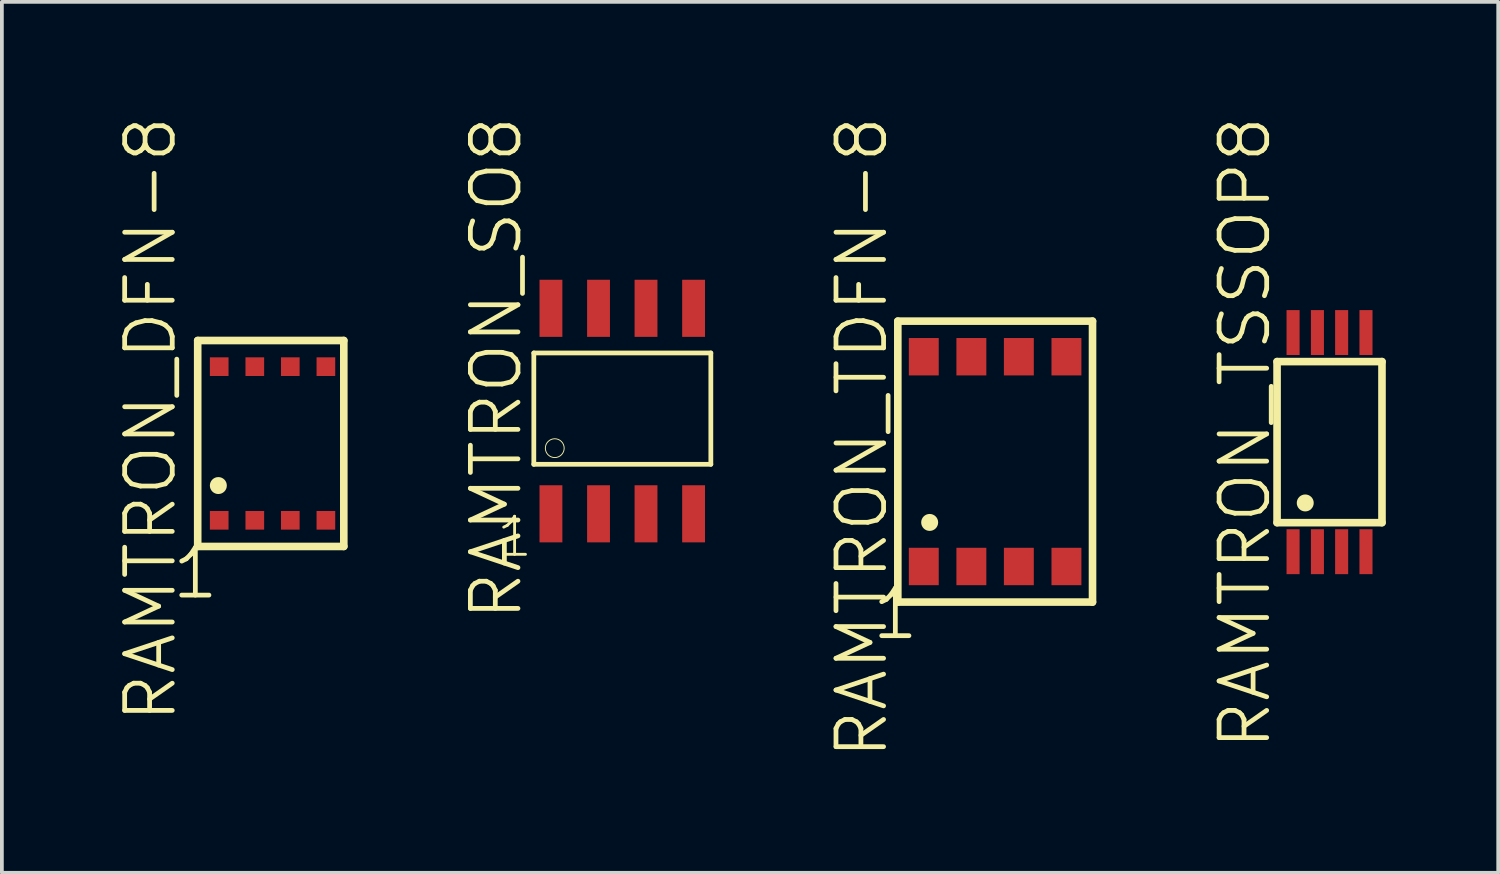
<source format=kicad_pcb>
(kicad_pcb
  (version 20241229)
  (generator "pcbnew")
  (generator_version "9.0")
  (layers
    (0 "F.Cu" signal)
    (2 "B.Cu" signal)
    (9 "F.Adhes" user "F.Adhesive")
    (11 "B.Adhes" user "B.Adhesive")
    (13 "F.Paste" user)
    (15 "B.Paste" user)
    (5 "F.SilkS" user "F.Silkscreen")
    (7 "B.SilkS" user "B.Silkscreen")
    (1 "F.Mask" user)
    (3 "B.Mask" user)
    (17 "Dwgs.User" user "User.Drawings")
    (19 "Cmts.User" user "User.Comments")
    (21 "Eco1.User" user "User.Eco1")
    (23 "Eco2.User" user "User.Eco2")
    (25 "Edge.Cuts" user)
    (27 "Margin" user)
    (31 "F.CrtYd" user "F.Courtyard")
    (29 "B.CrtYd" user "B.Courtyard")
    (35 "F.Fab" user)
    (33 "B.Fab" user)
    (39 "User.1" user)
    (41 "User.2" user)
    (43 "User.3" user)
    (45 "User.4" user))
  (footprint "RAMTRON_DFN-8"
    (layer "F.Cu")
    (at 4.225 8.785)
    (property "Reference" "RAMTRON_DFN-8" (at -3.259 -0.648 90) (layer "F.SilkS") (effects (font (size 1.27 1.27) (thickness 0.127))))
    (attr smd)
    (fp_line (start -1.999 -2.748) (end -1.999 2.748) (stroke (width 0.203) (type solid)) (layer "F.SilkS"))
    (fp_line (start -1.999 2.748) (end 1.9 2.748) (stroke (width 0.203) (type solid)) (layer "F.SilkS"))
    (fp_line (start 1.9 -2.748) (end -1.999 -2.748) (stroke (width 0.203) (type solid)) (layer "F.SilkS"))
    (fp_line (start 1.9 2.748) (end 1.9 -2.748) (stroke (width 0.203) (type solid)) (layer "F.SilkS"))
    (fp_circle (center -1.448 1.123) (end -1.608 1.283) (stroke (width 0) (type solid)) (fill yes) (layer "F.SilkS"))
    (fp_text user "1" (at -2.062 3.465 0) (layer "F.SilkS") (effects (font (size 1.27 1.27) (thickness 0.127))))
    (pad "1" smd rect (at -1.425 2.05) (size 0.498 0.498) (layers "F.Cu" "F.Mask" "F.Paste"))
    (pad "2" smd rect (at -0.475 2.05) (size 0.498 0.498) (layers "F.Cu" "F.Mask" "F.Paste"))
    (pad "3" smd rect (at 0.472 2.05) (size 0.498 0.498) (layers "F.Cu" "F.Mask" "F.Paste"))
    (pad "4" smd rect (at 1.422 2.05) (size 0.498 0.498) (layers "F.Cu" "F.Mask" "F.Paste"))
    (pad "5" smd rect (at 1.422 -2.05) (size 0.498 0.498) (layers "F.Cu" "F.Mask" "F.Paste"))
    (pad "6" smd rect (at 0.472 -2.05) (size 0.498 0.498) (layers "F.Cu" "F.Mask" "F.Paste"))
    (pad "7" smd rect (at -0.475 -2.05) (size 0.498 0.498) (layers "F.Cu" "F.Mask" "F.Paste"))
    (pad "8" smd rect (at -1.425 -2.05) (size 0.498 0.498) (layers "F.Cu" "F.Mask" "F.Paste")))
  (footprint "RAMTRON_TSSOP8"
    (layer "F.Cu")
    (at 32.431 8.749)
    (property "Reference" "RAMTRON_TSSOP8" (at -2.258 -0.249 90) (layer "F.SilkS") (effects (font (size 1.27 1.27) (thickness 0.127))))
    (attr smd)
    (fp_line (start -1.4 -2.149) (end -1.4 2.149) (stroke (width 0.203) (type solid)) (layer "F.SilkS"))
    (fp_line (start -1.4 2.149) (end 1.4 2.149) (stroke (width 0.203) (type solid)) (layer "F.SilkS"))
    (fp_line (start 1.4 -2.149) (end -1.4 -2.149) (stroke (width 0.203) (type solid)) (layer "F.SilkS"))
    (fp_line (start 1.4 2.149) (end 1.4 -2.149) (stroke (width 0.203) (type solid)) (layer "F.SilkS"))
    (fp_circle (center -0.648 1.623) (end -0.808 1.783) (stroke (width 0) (type solid)) (fill yes) (layer "F.SilkS"))
    (pad "1" smd rect (at -0.973 2.924) (size 0.348 1.199) (layers "F.Cu" "F.Mask" "F.Paste"))
    (pad "2" smd rect (at -0.323 2.924) (size 0.348 1.199) (layers "F.Cu" "F.Mask" "F.Paste"))
    (pad "3" smd rect (at 0.323 2.924) (size 0.348 1.199) (layers "F.Cu" "F.Mask" "F.Paste"))
    (pad "4" smd rect (at 0.973 2.924) (size 0.348 1.199) (layers "F.Cu" "F.Mask" "F.Paste"))
    (pad "5" smd rect (at 0.973 -2.924) (size 0.348 1.199) (layers "F.Cu" "F.Mask" "F.Paste"))
    (pad "6" smd rect (at 0.323 -2.924) (size 0.348 1.199) (layers "F.Cu" "F.Mask" "F.Paste"))
    (pad "7" smd rect (at -0.323 -2.924) (size 0.348 1.199) (layers "F.Cu" "F.Mask" "F.Paste"))
    (pad "8" smd rect (at -0.973 -2.924) (size 0.348 1.199) (layers "F.Cu" "F.Mask" "F.Paste")))
  (footprint "RAMTRON_SO8"
    (layer "F.Cu")
    (at 12.923 7.919)
    (property "Reference" "RAMTRON_SO8" (at -2.731 -1.143 90) (layer "F.SilkS") (effects (font (size 1.27 1.27) (thickness 0.127))))
    (attr smd)
    (fp_line (start -1.727 -1.549) (end -1.727 1.422) (stroke (width 0.127) (type solid)) (layer "F.SilkS"))
    (fp_line (start -1.727 1.422) (end 2.997 1.422) (stroke (width 0.127) (type solid)) (layer "F.SilkS"))
    (fp_line (start 2.997 -1.549) (end -1.727 -1.549) (stroke (width 0.127) (type solid)) (layer "F.SilkS"))
    (fp_line (start 2.997 1.422) (end 2.997 -1.549) (stroke (width 0.127) (type solid)) (layer "F.SilkS"))
    (fp_circle (center -1.168 0.991) (end -1.346 1.168) (stroke (width 0.025) (type solid)) (fill no) (layer "F.SilkS"))
    (fp_text user "1" (at -2.24 3.358 0) (layer "F.SilkS") (effects (font (size 1.016 1.016) (thickness 0.076))))
    (pad "1" smd rect (at -1.27 2.743) (size 0.61 1.524) (layers "F.Cu" "F.Mask" "F.Paste"))
    (pad "2" smd rect (at 0 2.743) (size 0.61 1.524) (layers "F.Cu" "F.Mask" "F.Paste"))
    (pad "3" smd rect (at 1.267 2.743) (size 0.61 1.524) (layers "F.Cu" "F.Mask" "F.Paste"))
    (pad "4" smd rect (at 2.537 2.743) (size 0.61 1.524) (layers "F.Cu" "F.Mask" "F.Paste"))
    (pad "5" smd rect (at 2.537 -2.741) (size 0.61 1.524) (layers "F.Cu" "F.Mask" "F.Paste"))
    (pad "6" smd rect (at 1.267 -2.741) (size 0.61 1.524) (layers "F.Cu" "F.Mask" "F.Paste"))
    (pad "7" smd rect (at 0 -2.741) (size 0.61 1.524) (layers "F.Cu" "F.Mask" "F.Paste"))
    (pad "8" smd rect (at -1.27 -2.741) (size 0.61 1.524) (layers "F.Cu" "F.Mask" "F.Paste")))
  (footprint "RAMTRON_TDFN-8"
    (layer "F.Cu")
    (at 23.508 9.269)
    (property "Reference" "RAMTRON_TDFN-8" (at -3.559 -0.648 90) (layer "F.SilkS") (effects (font (size 1.27 1.27) (thickness 0.127))))
    (attr smd)
    (fp_line (start -2.598 -3.749) (end -2.598 3.749) (stroke (width 0.203) (type solid)) (layer "F.SilkS"))
    (fp_line (start -2.598 3.749) (end 2.598 3.749) (stroke (width 0.203) (type solid)) (layer "F.SilkS"))
    (fp_line (start 2.598 -3.749) (end -2.598 -3.749) (stroke (width 0.203) (type solid)) (layer "F.SilkS"))
    (fp_line (start 2.598 3.749) (end 2.598 -3.749) (stroke (width 0.203) (type solid)) (layer "F.SilkS"))
    (fp_circle (center -1.748 1.623) (end -1.908 1.783) (stroke (width 0) (type solid)) (fill yes) (layer "F.SilkS"))
    (fp_text user "1" (at -2.664 4.064 0) (layer "F.SilkS") (effects (font (size 1.27 1.27) (thickness 0.127))))
    (pad "1" smd rect (at -1.905 2.799) (size 0.798 0.998) (layers "F.Cu" "F.Mask" "F.Paste"))
    (pad "2" smd rect (at -0.635 2.799) (size 0.798 0.998) (layers "F.Cu" "F.Mask" "F.Paste"))
    (pad "3" smd rect (at 0.632 2.799) (size 0.798 0.998) (layers "F.Cu" "F.Mask" "F.Paste"))
    (pad "4" smd rect (at 1.902 2.799) (size 0.798 0.998) (layers "F.Cu" "F.Mask" "F.Paste"))
    (pad "5" smd rect (at 1.902 -2.799) (size 0.798 0.998) (layers "F.Cu" "F.Mask" "F.Paste"))
    (pad "6" smd rect (at 0.632 -2.799) (size 0.798 0.998) (layers "F.Cu" "F.Mask" "F.Paste"))
    (pad "7" smd rect (at -0.635 -2.799) (size 0.798 0.998) (layers "F.Cu" "F.Mask" "F.Paste"))
    (pad "8" smd rect (at -1.905 -2.799) (size 0.798 0.998) (layers "F.Cu" "F.Mask" "F.Paste")))
  (gr_rect
    (start -3 -3)
    (end 36.933 20.242)
    (stroke (width 0.1) (type default))
    (fill no)
    (layer "Edge.Cuts")))
</source>
